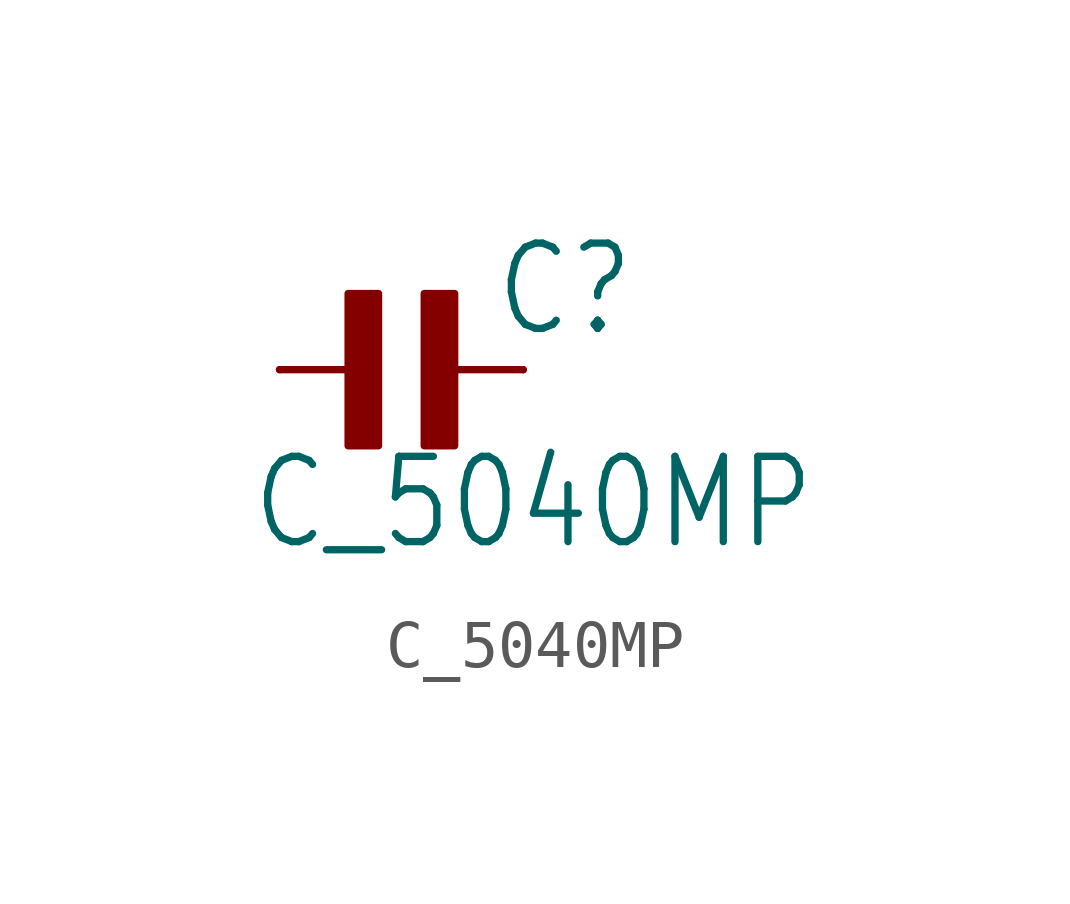
<source format=kicad_sym>
(kicad_symbol_lib
  (version 20211014)
  (generator kicad_symbol_editor)
  (symbol "C_5040MP"
    (property "Reference" "C"
      (at 1.905 0.635 0)
      (effects (font (size 1.778 1.511)) (justify left bottom)))
    (property "Value" "C_5040MP"
      (at -3.175 -3.81 0)
      (effects (font (size 1.778 1.511)) (justify left bottom)))
    (property "ki_locked" ""
      (at 0 0 0)
      (effects (font (size 1.27 1.27))))
    (symbol "C_5040MP_1_0"
      (rectangle (start -1.111 -1.587) (end -0.476 1.587) (stroke (width 0) (type default) (color 0 0 0 0)) (fill (type outline)))
      (polyline (pts (xy -2.54 0) (xy -0.635 0)) (stroke (width 0.152) (type default) (color 0 0 0 0)) (fill (type none)))
      (polyline (pts (xy 2.54 0) (xy 0.635 0)) (stroke (width 0.152) (type default) (color 0 0 0 0)) (fill (type none)))
      (rectangle (start 0.476 -1.587) (end 1.111 1.587) (stroke (width 0) (type default) (color 0 0 0 0)) (fill (type outline)))
      (pin passive line (at -2.54 0 0) (length 0) (name "1" (effects (font (size 0 0)))) (number "1" (effects (font (size 0 0)))))
      (pin passive line (at 2.54 0 180) (length 0) (name "2" (effects (font (size 0 0)))) (number "2" (effects (font (size 0 0))))))))
</source>
